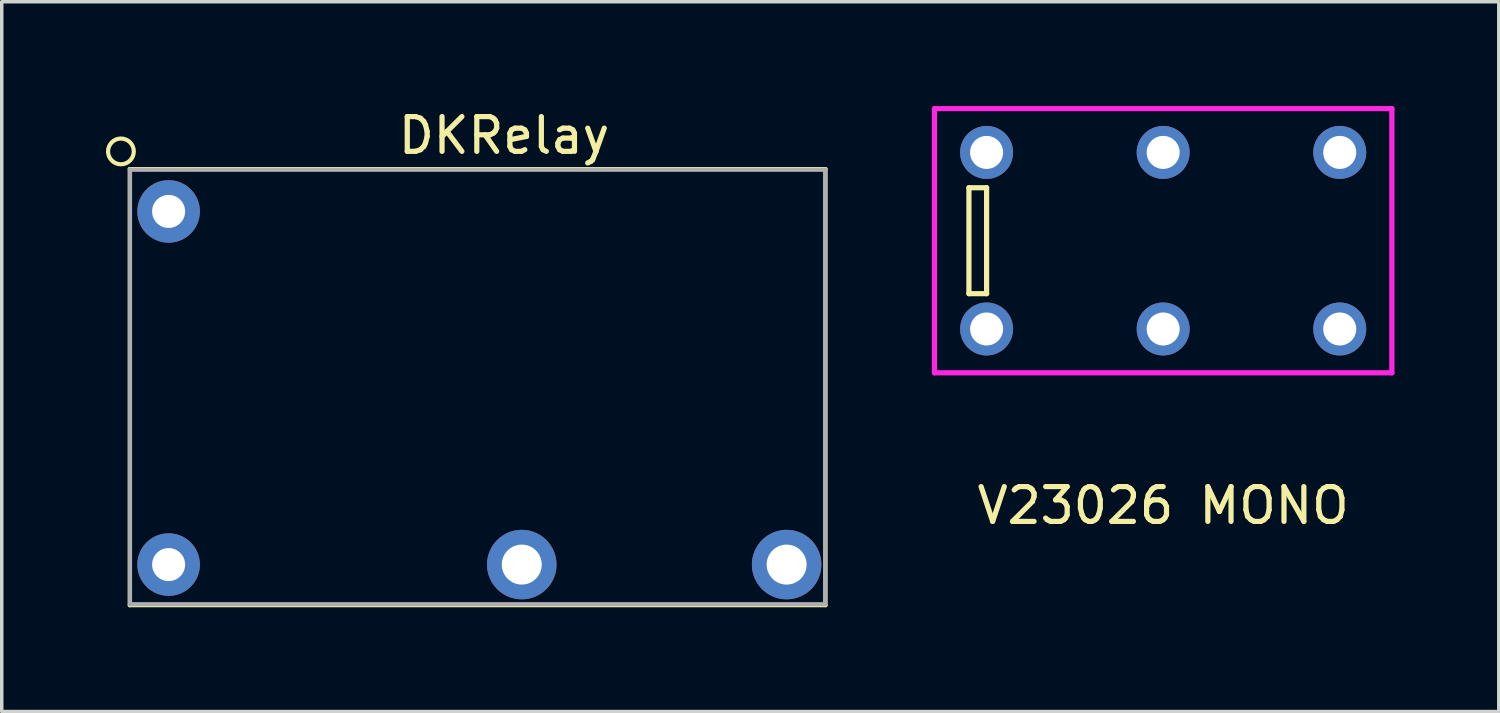
<source format=kicad_pcb>
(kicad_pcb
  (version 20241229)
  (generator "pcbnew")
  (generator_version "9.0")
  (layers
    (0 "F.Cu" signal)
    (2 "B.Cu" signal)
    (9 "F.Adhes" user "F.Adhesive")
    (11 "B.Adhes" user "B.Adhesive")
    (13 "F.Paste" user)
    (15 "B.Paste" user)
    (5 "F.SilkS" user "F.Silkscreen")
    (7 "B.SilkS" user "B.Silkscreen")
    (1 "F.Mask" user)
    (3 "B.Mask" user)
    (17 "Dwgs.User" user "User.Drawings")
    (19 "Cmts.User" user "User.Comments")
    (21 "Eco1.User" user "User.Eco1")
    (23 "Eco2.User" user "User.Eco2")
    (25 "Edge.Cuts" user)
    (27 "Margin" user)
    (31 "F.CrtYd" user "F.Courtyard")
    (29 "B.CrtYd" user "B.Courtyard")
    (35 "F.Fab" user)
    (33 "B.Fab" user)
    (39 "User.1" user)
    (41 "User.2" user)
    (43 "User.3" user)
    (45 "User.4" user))
  (footprint "DKRelay"
    (layer "F.Cu")
    (at 1.801 3.033)
    (property "Reference" "DKRelay" (at 9.652 -2.184 0) (layer "F.SilkS") (effects (font (size 1 1) (thickness 0.15))))
    (attr through_hole)
    (fp_line (start -1.118 -1.219) (end 18.898 -1.219) (stroke (width 0.12) (type solid)) (layer "F.SilkS"))
    (fp_line (start -1.118 11.328) (end -1.118 -1.219) (stroke (width 0.12) (type solid)) (layer "F.SilkS"))
    (fp_line (start 18.898 -1.219) (end 18.898 11.328) (stroke (width 0.12) (type solid)) (layer "F.SilkS"))
    (fp_line (start 18.898 11.328) (end -1.118 11.328) (stroke (width 0.12) (type solid)) (layer "F.SilkS"))
    (fp_circle (center -1.372 -1.727) (end -1.016 -1.829) (stroke (width 0.12) (type solid)) (fill no) (layer "F.SilkS"))
    (fp_line (start -1.11 -1.2) (end 18.89 -1.2) (stroke (width 0.12) (type solid)) (layer "F.Fab"))
    (fp_line (start -1.11 11.3) (end -1.11 -1.2) (stroke (width 0.12) (type solid)) (layer "F.Fab"))
    (fp_line (start 18.89 -1.2) (end 18.89 11.3) (stroke (width 0.12) (type solid)) (layer "F.Fab"))
    (fp_line (start 18.89 11.3) (end -1.11 11.3) (stroke (width 0.12) (type solid)) (layer "F.Fab"))
    (pad "1" thru_hole circle (at 0 0) (size 1.8 1.8) (drill 0.95) (layers "*.Cu" "*.Mask"))
    (pad "3" thru_hole circle (at 10.16 10.16) (size 2 2) (drill 1.15) (layers "*.Cu" "*.Mask"))
    (pad "4" thru_hole circle (at 17.78 10.16) (size 2 2) (drill 1.15) (layers "*.Cu" "*.Mask"))
    (pad "6" thru_hole circle (at 0 10.16) (size 1.8 1.8) (drill 0.95) (layers "*.Cu" "*.Mask")))
  (footprint "V23026 MONO"
    (layer "F.Cu")
    (at 30.414 3.875)
    (property "Reference" "V23026 MONO" (at 0 7.62 0) (layer "F.SilkS") (effects (font (size 1 1) (thickness 0.15))))
    (attr through_hole)
    (fp_line (start -5.588 -1.524) (end -5.08 -1.524) (stroke (width 0.15) (type solid)) (layer "F.SilkS"))
    (fp_line (start -5.588 1.524) (end -5.588 -1.524) (stroke (width 0.15) (type solid)) (layer "F.SilkS"))
    (fp_line (start -5.08 -1.524) (end -5.08 1.524) (stroke (width 0.15) (type solid)) (layer "F.SilkS"))
    (fp_line (start -5.08 1.524) (end -5.588 1.524) (stroke (width 0.15) (type solid)) (layer "F.SilkS"))
    (fp_line (start -6.58 -3.8) (end -6.58 3.8) (stroke (width 0.15) (type solid)) (layer "F.CrtYd"))
    (fp_line (start -6.58 3.8) (end 6.58 3.8) (stroke (width 0.15) (type solid)) (layer "F.CrtYd"))
    (fp_line (start 6.58 -3.8) (end -6.58 -3.8) (stroke (width 0.15) (type solid)) (layer "F.CrtYd"))
    (fp_line (start 6.58 -3.8) (end 6.58 3.8) (stroke (width 0.15) (type solid)) (layer "F.CrtYd"))
    (pad "1" thru_hole circle (at -5.08 2.54) (size 1.524 1.524) (drill 0.95) (layers "*.Cu" "*.Mask"))
    (pad "3" thru_hole circle (at 0 2.54) (size 1.524 1.524) (drill 0.95) (layers "*.Cu" "*.Mask"))
    (pad "5" thru_hole circle (at 5.08 2.54) (size 1.524 1.524) (drill 0.95) (layers "*.Cu" "*.Mask"))
    (pad "6" thru_hole circle (at 5.08 -2.54) (size 1.524 1.524) (drill 0.95) (layers "*.Cu" "*.Mask"))
    (pad "8" thru_hole circle (at 0 -2.54) (size 1.524 1.524) (drill 0.95) (layers "*.Cu" "*.Mask"))
    (pad "10" thru_hole circle (at -5.08 -2.54) (size 1.524 1.524) (drill 0.95) (layers "*.Cu" "*.Mask")))
  (gr_rect
    (start -3 -3)
    (end 40.069 17.421)
    (stroke (width 0.1) (type default))
    (fill no)
    (layer "Edge.Cuts")))
</source>
